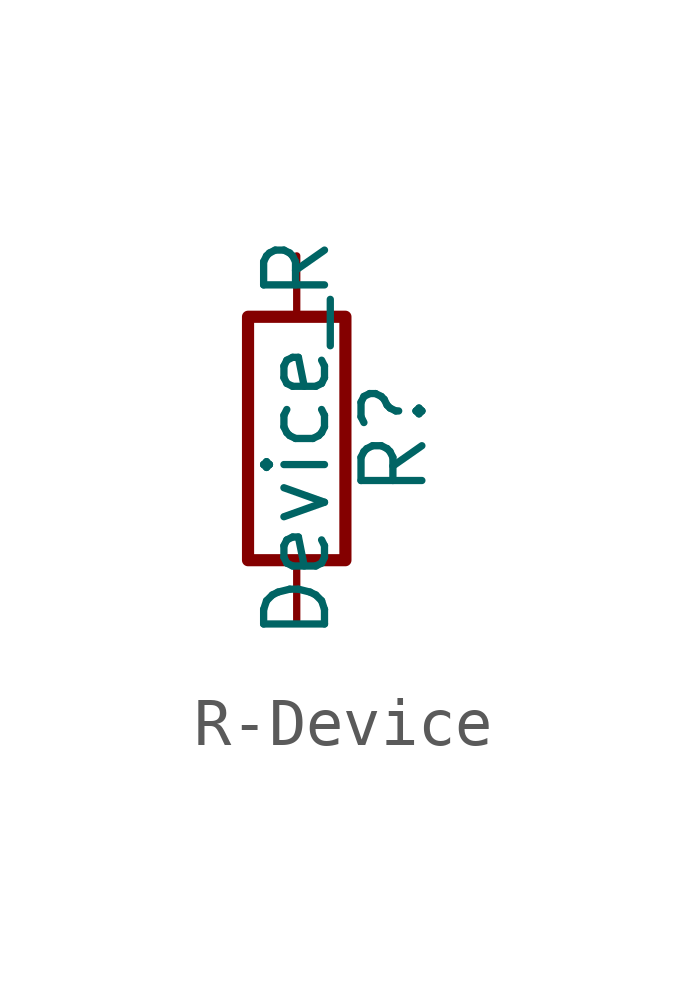
<source format=kicad_sym>
(kicad_symbol_lib
  (version 20231120)
  (generator "kicad_symbol_editor")
  (generator_version "8.0")
  (symbol "R-Device"
    (pin_numbers hide)
    (pin_names
      (offset 0))
    (property "Reference" "R"
      (at 2.032 0 90)
      (effects (font (size 1.27 1.27))))
    (property "Value" "Device_R"
      (at 0 0 90)
      (effects (font (size 1.27 1.27))))
    (symbol "R-Device_0_1"
      (rectangle (start -1.016 -2.54) (end 1.016 2.54) (stroke (width 0.254) (type solid)) (fill (type none))))
    (symbol "R-Device_1_1"
      (pin passive line (at 0 3.81 270) (length 1.27) (name "~" (effects (font (size 1.27 1.27)))) (number "1" (effects (font (size 1.27 1.27)))))
      (pin passive line (at 0 -3.81 90) (length 1.27) (name "~" (effects (font (size 1.27 1.27)))) (number "2" (effects (font (size 1.27 1.27))))))))
</source>
